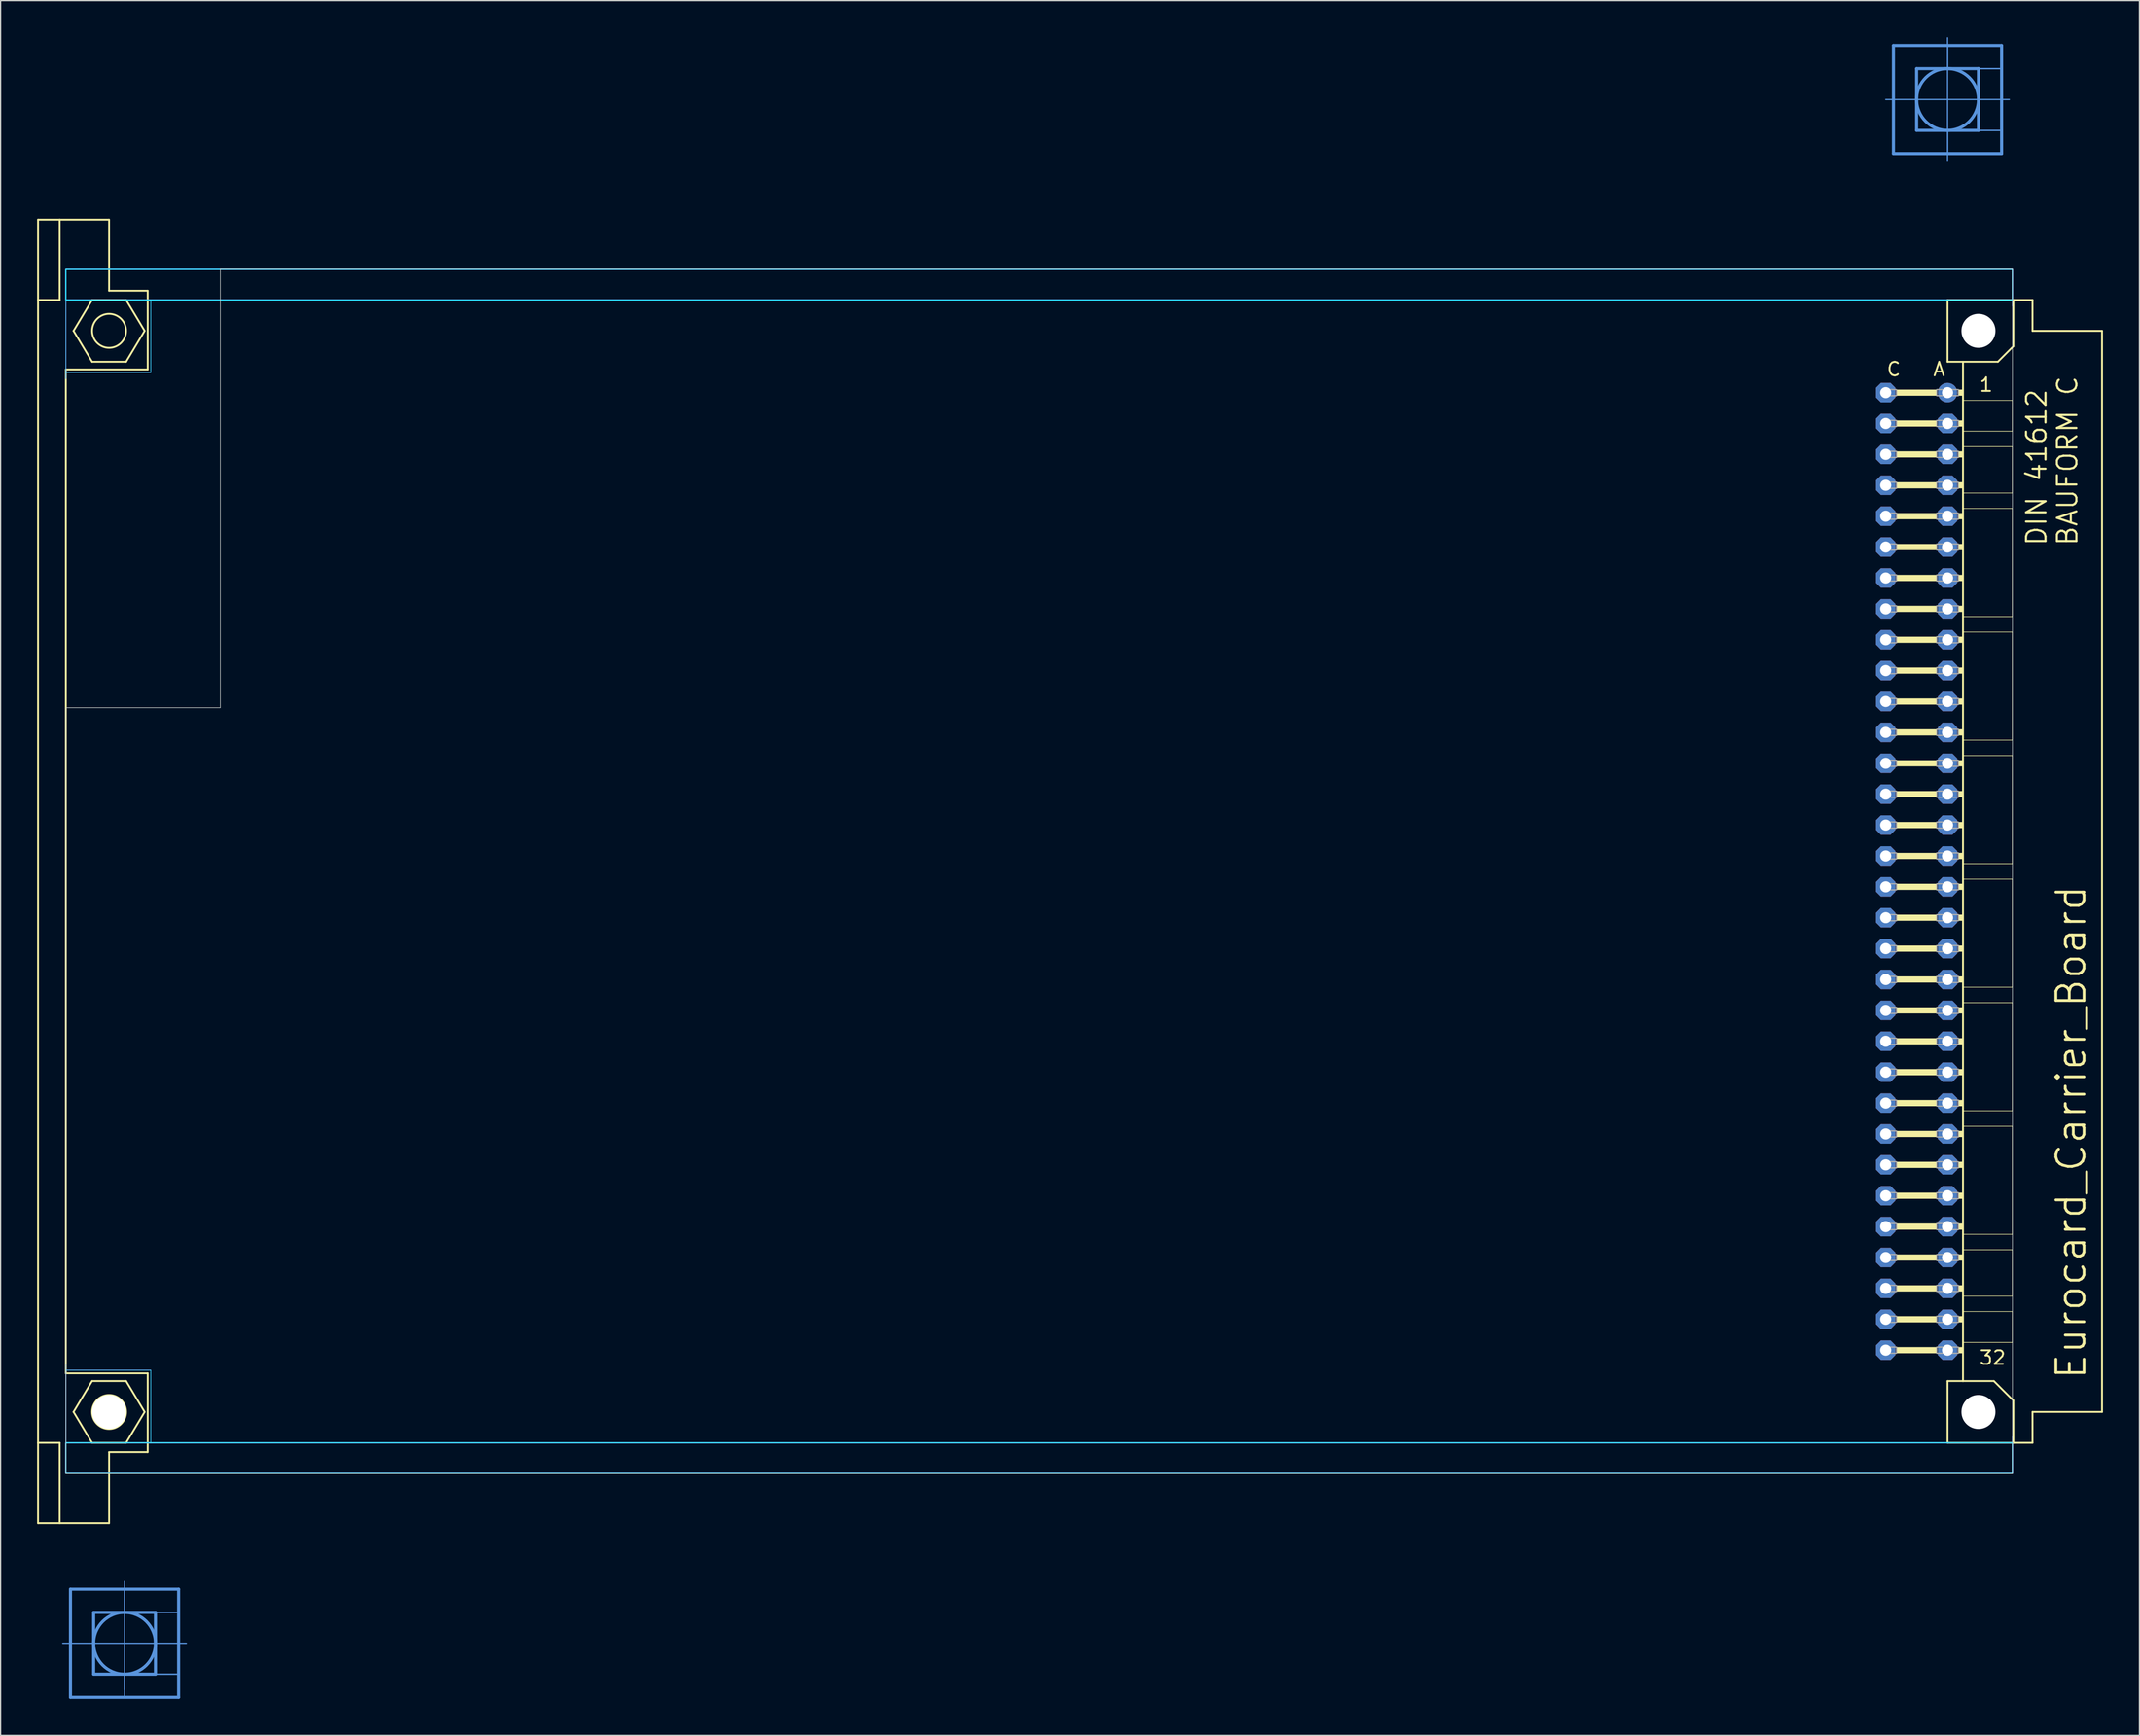
<source format=kicad_pcb>
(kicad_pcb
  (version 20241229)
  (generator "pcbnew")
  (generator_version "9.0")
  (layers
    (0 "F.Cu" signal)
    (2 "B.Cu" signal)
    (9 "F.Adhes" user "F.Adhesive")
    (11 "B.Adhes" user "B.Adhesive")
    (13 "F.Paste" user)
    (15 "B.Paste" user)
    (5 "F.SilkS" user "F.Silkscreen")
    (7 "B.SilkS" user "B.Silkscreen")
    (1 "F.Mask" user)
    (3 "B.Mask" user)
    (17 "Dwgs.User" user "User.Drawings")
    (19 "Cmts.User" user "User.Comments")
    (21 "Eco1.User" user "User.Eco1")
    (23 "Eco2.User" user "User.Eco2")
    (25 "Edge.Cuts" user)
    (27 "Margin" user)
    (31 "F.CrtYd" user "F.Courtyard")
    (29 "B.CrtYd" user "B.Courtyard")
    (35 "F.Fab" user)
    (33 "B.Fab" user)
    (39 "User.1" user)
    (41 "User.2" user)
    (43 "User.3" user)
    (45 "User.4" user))
  (footprint "Eurocard_Carrier_Board"
    (layer "F.Cu")
    (at 2.108 64.795)
    (property "Reference" "Eurocard_Carrier_Board" (at 165.1 45.72 90) (layer "F.SilkS") (effects (font (size 2.311 2.311) (thickness 0.229)) (justify left)))
    (fp_line (start 0.254 -38.583) (end 0.254 -45.72) (stroke (width 0.152) (type solid)) (layer "F.Mask"))
    (fp_line (start 0.254 45.72) (end 0.254 53.34) (stroke (width 0.152) (type solid)) (layer "F.Mask"))
    (fp_line (start 7.874 -45.72) (end 0.254 -45.72) (stroke (width 0.152) (type solid)) (layer "F.Mask"))
    (fp_line (start 7.874 53.34) (end 0.254 53.34) (stroke (width 0.152) (type solid)) (layer "F.Mask"))
    (fp_line (start 152.654 -45.72) (end 160.274 -45.72) (stroke (width 0.152) (type solid)) (layer "F.Mask"))
    (fp_line (start 152.654 53.34) (end 160.274 53.34) (stroke (width 0.152) (type solid)) (layer "F.Mask"))
    (fp_line (start 160.274 -38.1) (end 160.274 -45.72) (stroke (width 0.152) (type solid)) (layer "F.Mask"))
    (fp_line (start 160.274 45.72) (end 160.274 53.34) (stroke (width 0.152) (type solid)) (layer "F.Mask"))
    (fp_line (start 0.254 -45.72) (end 7.874 -45.72) (stroke (width 0.152) (type solid)) (layer "B.Mask"))
    (fp_line (start 0.254 -38.1) (end 0.254 -45.72) (stroke (width 0.152) (type solid)) (layer "B.Mask"))
    (fp_line (start 0.254 53.34) (end 0.254 45.72) (stroke (width 0.152) (type solid)) (layer "B.Mask"))
    (fp_line (start 7.874 53.34) (end 0.254 53.34) (stroke (width 0.152) (type solid)) (layer "B.Mask"))
    (fp_line (start 152.654 -45.72) (end 160.274 -45.72) (stroke (width 0.152) (type solid)) (layer "B.Mask"))
    (fp_line (start 160.274 -45.72) (end 160.274 -38.1) (stroke (width 0.152) (type solid)) (layer "B.Mask"))
    (fp_line (start 160.274 45.72) (end 160.274 53.34) (stroke (width 0.152) (type solid)) (layer "B.Mask"))
    (fp_line (start 160.274 53.34) (end 152.654 53.34) (stroke (width 0.152) (type solid)) (layer "B.Mask"))
    (fp_line (start -2.032 -49.784) (end -0.254 -49.784) (stroke (width 0.152) (type solid)) (layer "F.SilkS"))
    (fp_line (start -2.032 -43.18) (end -2.032 -49.784) (stroke (width 0.152) (type solid)) (layer "F.SilkS"))
    (fp_line (start -2.032 -43.18) (end -0.254 -43.18) (stroke (width 0.152) (type solid)) (layer "F.SilkS"))
    (fp_line (start -2.032 50.8) (end -2.032 -43.18) (stroke (width 0.152) (type solid)) (layer "F.SilkS"))
    (fp_line (start -2.032 50.8) (end -0.254 50.8) (stroke (width 0.152) (type solid)) (layer "F.SilkS"))
    (fp_line (start -2.032 57.404) (end -2.032 50.8) (stroke (width 0.152) (type solid)) (layer "F.SilkS"))
    (fp_line (start -2.032 57.404) (end -0.254 57.404) (stroke (width 0.152) (type solid)) (layer "F.SilkS"))
    (fp_line (start -0.254 -49.784) (end -0.254 -43.18) (stroke (width 0.152) (type solid)) (layer "F.SilkS"))
    (fp_line (start -0.254 -49.784) (end 3.81 -49.784) (stroke (width 0.152) (type solid)) (layer "F.SilkS"))
    (fp_line (start -0.254 57.404) (end -0.254 50.8) (stroke (width 0.152) (type solid)) (layer "F.SilkS"))
    (fp_line (start -0.254 57.404) (end 3.81 57.404) (stroke (width 0.152) (type solid)) (layer "F.SilkS"))
    (fp_line (start 0.254 -37.465) (end 0.254 45.085) (stroke (width 0.152) (type solid)) (layer "F.SilkS"))
    (fp_line (start 0.254 -37.465) (end 6.985 -37.465) (stroke (width 0.152) (type solid)) (layer "F.SilkS"))
    (fp_line (start 0.254 45.085) (end 6.985 45.085) (stroke (width 0.152) (type solid)) (layer "F.SilkS"))
    (fp_line (start 0.889 -40.64) (end 2.413 -43.18) (stroke (width 0.152) (type solid)) (layer "F.SilkS"))
    (fp_line (start 0.889 48.26) (end 2.413 50.8) (stroke (width 0.152) (type solid)) (layer "F.SilkS"))
    (fp_line (start 2.413 -43.18) (end 5.207 -43.18) (stroke (width 0.152) (type solid)) (layer "F.SilkS"))
    (fp_line (start 2.413 -38.1) (end 0.889 -40.64) (stroke (width 0.152) (type solid)) (layer "F.SilkS"))
    (fp_line (start 2.413 45.72) (end 0.889 48.26) (stroke (width 0.152) (type solid)) (layer "F.SilkS"))
    (fp_line (start 2.413 50.8) (end 5.207 50.8) (stroke (width 0.152) (type solid)) (layer "F.SilkS"))
    (fp_line (start 3.81 -49.784) (end 3.81 -43.942) (stroke (width 0.152) (type solid)) (layer "F.SilkS"))
    (fp_line (start 3.81 -43.942) (end 6.985 -43.942) (stroke (width 0.152) (type solid)) (layer "F.SilkS"))
    (fp_line (start 3.81 51.562) (end 6.985 51.562) (stroke (width 0.152) (type solid)) (layer "F.SilkS"))
    (fp_line (start 3.81 57.404) (end 3.81 51.562) (stroke (width 0.152) (type solid)) (layer "F.SilkS"))
    (fp_line (start 5.207 -43.18) (end 6.731 -40.64) (stroke (width 0.152) (type solid)) (layer "F.SilkS"))
    (fp_line (start 5.207 -38.1) (end 2.413 -38.1) (stroke (width 0.152) (type solid)) (layer "F.SilkS"))
    (fp_line (start 5.207 45.72) (end 2.413 45.72) (stroke (width 0.152) (type solid)) (layer "F.SilkS"))
    (fp_line (start 5.207 50.8) (end 6.731 48.26) (stroke (width 0.152) (type solid)) (layer "F.SilkS"))
    (fp_line (start 6.731 -40.64) (end 5.207 -38.1) (stroke (width 0.152) (type solid)) (layer "F.SilkS"))
    (fp_line (start 6.731 48.26) (end 5.207 45.72) (stroke (width 0.152) (type solid)) (layer "F.SilkS"))
    (fp_line (start 6.985 -43.942) (end 6.985 -37.465) (stroke (width 0.152) (type solid)) (layer "F.SilkS"))
    (fp_line (start 6.985 51.562) (end 6.985 45.085) (stroke (width 0.152) (type solid)) (layer "F.SilkS"))
    (fp_line (start 154.94 -43.18) (end 154.94 -38.1) (stroke (width 0.152) (type solid)) (layer "F.SilkS"))
    (fp_line (start 154.94 -38.1) (end 156.21 -38.1) (stroke (width 0.152) (type solid)) (layer "F.SilkS"))
    (fp_line (start 154.94 45.72) (end 154.94 50.8) (stroke (width 0.152) (type solid)) (layer "F.SilkS"))
    (fp_line (start 154.94 45.72) (end 156.21 45.72) (stroke (width 0.152) (type solid)) (layer "F.SilkS"))
    (fp_line (start 154.94 50.8) (end 160.35 50.8) (stroke (width 0.152) (type solid)) (layer "F.SilkS"))
    (fp_line (start 156.21 -38.1) (end 156.21 -34.925) (stroke (width 0.152) (type solid)) (layer "F.SilkS"))
    (fp_line (start 156.21 -38.1) (end 159.08 -38.1) (stroke (width 0.152) (type solid)) (layer "F.SilkS"))
    (fp_line (start 156.21 -34.925) (end 156.21 -32.385) (stroke (width 0.152) (type solid)) (layer "F.SilkS"))
    (fp_line (start 156.21 -32.385) (end 156.21 -31.115) (stroke (width 0.152) (type solid)) (layer "F.SilkS"))
    (fp_line (start 156.21 -31.115) (end 156.21 -27.305) (stroke (width 0.152) (type solid)) (layer "F.SilkS"))
    (fp_line (start 156.21 -27.305) (end 156.21 -26.035) (stroke (width 0.152) (type solid)) (layer "F.SilkS"))
    (fp_line (start 156.21 -26.035) (end 156.21 -17.145) (stroke (width 0.152) (type solid)) (layer "F.SilkS"))
    (fp_line (start 156.21 -17.145) (end 156.21 -15.875) (stroke (width 0.152) (type solid)) (layer "F.SilkS"))
    (fp_line (start 156.21 -15.875) (end 156.21 -6.985) (stroke (width 0.152) (type solid)) (layer "F.SilkS"))
    (fp_line (start 156.21 -6.985) (end 156.21 -5.715) (stroke (width 0.152) (type solid)) (layer "F.SilkS"))
    (fp_line (start 156.21 -5.715) (end 156.21 3.175) (stroke (width 0.152) (type solid)) (layer "F.SilkS"))
    (fp_line (start 156.21 3.175) (end 156.21 4.445) (stroke (width 0.152) (type solid)) (layer "F.SilkS"))
    (fp_line (start 156.21 4.445) (end 156.21 13.335) (stroke (width 0.152) (type solid)) (layer "F.SilkS"))
    (fp_line (start 156.21 13.335) (end 156.21 14.605) (stroke (width 0.152) (type solid)) (layer "F.SilkS"))
    (fp_line (start 156.21 14.605) (end 156.21 23.495) (stroke (width 0.152) (type solid)) (layer "F.SilkS"))
    (fp_line (start 156.21 23.495) (end 156.21 24.765) (stroke (width 0.152) (type solid)) (layer "F.SilkS"))
    (fp_line (start 156.21 24.765) (end 156.21 33.655) (stroke (width 0.152) (type solid)) (layer "F.SilkS"))
    (fp_line (start 156.21 33.655) (end 156.21 34.925) (stroke (width 0.152) (type solid)) (layer "F.SilkS"))
    (fp_line (start 156.21 34.925) (end 156.21 38.735) (stroke (width 0.152) (type solid)) (layer "F.SilkS"))
    (fp_line (start 156.21 38.735) (end 156.21 40.005) (stroke (width 0.152) (type solid)) (layer "F.SilkS"))
    (fp_line (start 156.21 40.005) (end 156.21 42.545) (stroke (width 0.152) (type solid)) (layer "F.SilkS"))
    (fp_line (start 156.21 42.545) (end 156.21 45.72) (stroke (width 0.152) (type solid)) (layer "F.SilkS"))
    (fp_line (start 156.21 45.72) (end 158.75 45.72) (stroke (width 0.152) (type solid)) (layer "F.SilkS"))
    (fp_line (start 159.08 -38.1) (end 160.35 -39.37) (stroke (width 0.152) (type solid)) (layer "F.SilkS"))
    (fp_line (start 160.274 -34.925) (end 156.21 -34.925) (stroke (width 0.051) (type solid)) (layer "F.SilkS"))
    (fp_line (start 160.274 -34.925) (end 160.274 -32.385) (stroke (width 0.051) (type solid)) (layer "F.SilkS"))
    (fp_line (start 160.274 -32.385) (end 156.21 -32.385) (stroke (width 0.051) (type solid)) (layer "F.SilkS"))
    (fp_line (start 160.274 -31.115) (end 156.21 -31.115) (stroke (width 0.051) (type solid)) (layer "F.SilkS"))
    (fp_line (start 160.274 -31.115) (end 160.274 -27.305) (stroke (width 0.051) (type solid)) (layer "F.SilkS"))
    (fp_line (start 160.274 -27.305) (end 156.21 -27.305) (stroke (width 0.051) (type solid)) (layer "F.SilkS"))
    (fp_line (start 160.274 -26.035) (end 156.21 -26.035) (stroke (width 0.051) (type solid)) (layer "F.SilkS"))
    (fp_line (start 160.274 -26.035) (end 160.274 -17.145) (stroke (width 0.051) (type solid)) (layer "F.SilkS"))
    (fp_line (start 160.274 -17.145) (end 156.21 -17.145) (stroke (width 0.051) (type solid)) (layer "F.SilkS"))
    (fp_line (start 160.274 -15.875) (end 156.21 -15.875) (stroke (width 0.051) (type solid)) (layer "F.SilkS"))
    (fp_line (start 160.274 -15.875) (end 160.274 -6.985) (stroke (width 0.051) (type solid)) (layer "F.SilkS"))
    (fp_line (start 160.274 -6.985) (end 156.21 -6.985) (stroke (width 0.051) (type solid)) (layer "F.SilkS"))
    (fp_line (start 160.274 -5.715) (end 156.21 -5.715) (stroke (width 0.051) (type solid)) (layer "F.SilkS"))
    (fp_line (start 160.274 -5.715) (end 160.274 3.175) (stroke (width 0.051) (type solid)) (layer "F.SilkS"))
    (fp_line (start 160.274 3.175) (end 156.21 3.175) (stroke (width 0.051) (type solid)) (layer "F.SilkS"))
    (fp_line (start 160.274 4.445) (end 156.21 4.445) (stroke (width 0.051) (type solid)) (layer "F.SilkS"))
    (fp_line (start 160.274 4.445) (end 160.274 13.335) (stroke (width 0.051) (type solid)) (layer "F.SilkS"))
    (fp_line (start 160.274 13.335) (end 156.21 13.335) (stroke (width 0.051) (type solid)) (layer "F.SilkS"))
    (fp_line (start 160.274 14.605) (end 156.21 14.605) (stroke (width 0.051) (type solid)) (layer "F.SilkS"))
    (fp_line (start 160.274 14.605) (end 160.274 23.495) (stroke (width 0.051) (type solid)) (layer "F.SilkS"))
    (fp_line (start 160.274 23.495) (end 156.21 23.495) (stroke (width 0.051) (type solid)) (layer "F.SilkS"))
    (fp_line (start 160.274 24.765) (end 156.21 24.765) (stroke (width 0.051) (type solid)) (layer "F.SilkS"))
    (fp_line (start 160.274 24.765) (end 160.274 33.655) (stroke (width 0.051) (type solid)) (layer "F.SilkS"))
    (fp_line (start 160.274 33.655) (end 156.21 33.655) (stroke (width 0.051) (type solid)) (layer "F.SilkS"))
    (fp_line (start 160.274 34.925) (end 156.21 34.925) (stroke (width 0.051) (type solid)) (layer "F.SilkS"))
    (fp_line (start 160.274 34.925) (end 160.274 38.735) (stroke (width 0.051) (type solid)) (layer "F.SilkS"))
    (fp_line (start 160.274 38.735) (end 156.21 38.735) (stroke (width 0.051) (type solid)) (layer "F.SilkS"))
    (fp_line (start 160.274 40.005) (end 156.21 40.005) (stroke (width 0.051) (type solid)) (layer "F.SilkS"))
    (fp_line (start 160.274 40.005) (end 160.274 42.545) (stroke (width 0.051) (type solid)) (layer "F.SilkS"))
    (fp_line (start 160.274 42.545) (end 156.21 42.545) (stroke (width 0.051) (type solid)) (layer "F.SilkS"))
    (fp_line (start 160.35 -43.18) (end 154.94 -43.18) (stroke (width 0.152) (type solid)) (layer "F.SilkS"))
    (fp_line (start 160.35 -39.37) (end 160.35 -43.18) (stroke (width 0.152) (type solid)) (layer "F.SilkS"))
    (fp_line (start 160.35 47.32) (end 158.75 45.72) (stroke (width 0.152) (type solid)) (layer "F.SilkS"))
    (fp_line (start 160.35 47.32) (end 160.35 50.8) (stroke (width 0.152) (type solid)) (layer "F.SilkS"))
    (fp_line (start 160.35 50.8) (end 161.925 50.8) (stroke (width 0.152) (type solid)) (layer "F.SilkS"))
    (fp_line (start 161.925 -43.18) (end 160.35 -43.18) (stroke (width 0.152) (type solid)) (layer "F.SilkS"))
    (fp_line (start 161.925 -40.64) (end 161.925 -43.18) (stroke (width 0.152) (type solid)) (layer "F.SilkS"))
    (fp_line (start 161.925 48.26) (end 167.64 48.26) (stroke (width 0.152) (type solid)) (layer "F.SilkS"))
    (fp_line (start 161.925 50.8) (end 161.925 48.26) (stroke (width 0.152) (type solid)) (layer "F.SilkS"))
    (fp_line (start 167.64 -40.64) (end 161.925 -40.64) (stroke (width 0.152) (type solid)) (layer "F.SilkS"))
    (fp_line (start 167.64 48.26) (end 167.64 -40.64) (stroke (width 0.152) (type solid)) (layer "F.SilkS"))
    (fp_circle (center 3.81 -40.64) (end 5.207 -40.64) (stroke (width 0.152) (type solid)) (fill no) (layer "F.SilkS"))
    (fp_circle (center 3.81 48.26) (end 5.207 48.26) (stroke (width 0.152) (type solid)) (fill no) (layer "F.SilkS"))
    (fp_circle (center 157.48 -40.64) (end 158.75 -40.64) (stroke (width 0.152) (type solid)) (fill no) (layer "F.SilkS"))
    (fp_circle (center 157.48 48.26) (end 158.75 48.26) (stroke (width 0.152) (type solid)) (fill no) (layer "F.SilkS"))
    (fp_poly (pts (xy 150.749 -35.306) (xy 154.051 -35.306) (xy 154.051 -35.814) (xy 150.749 -35.814)) (stroke (width 0) (type solid)) (fill yes) (layer "F.SilkS"))
    (fp_poly (pts (xy 150.749 -32.766) (xy 154.051 -32.766) (xy 154.051 -33.274) (xy 150.749 -33.274)) (stroke (width 0) (type solid)) (fill yes) (layer "F.SilkS"))
    (fp_poly (pts (xy 150.749 -30.226) (xy 154.051 -30.226) (xy 154.051 -30.734) (xy 150.749 -30.734)) (stroke (width 0) (type solid)) (fill yes) (layer "F.SilkS"))
    (fp_poly (pts (xy 150.749 -27.686) (xy 154.051 -27.686) (xy 154.051 -28.194) (xy 150.749 -28.194)) (stroke (width 0) (type solid)) (fill yes) (layer "F.SilkS"))
    (fp_poly (pts (xy 150.749 -25.146) (xy 154.051 -25.146) (xy 154.051 -25.654) (xy 150.749 -25.654)) (stroke (width 0) (type solid)) (fill yes) (layer "F.SilkS"))
    (fp_poly (pts (xy 150.749 -22.606) (xy 154.051 -22.606) (xy 154.051 -23.114) (xy 150.749 -23.114)) (stroke (width 0) (type solid)) (fill yes) (layer "F.SilkS"))
    (fp_poly (pts (xy 150.749 -20.066) (xy 154.051 -20.066) (xy 154.051 -20.574) (xy 150.749 -20.574)) (stroke (width 0) (type solid)) (fill yes) (layer "F.SilkS"))
    (fp_poly (pts (xy 150.749 -17.526) (xy 154.051 -17.526) (xy 154.051 -18.034) (xy 150.749 -18.034)) (stroke (width 0) (type solid)) (fill yes) (layer "F.SilkS"))
    (fp_poly (pts (xy 150.749 -14.986) (xy 154.051 -14.986) (xy 154.051 -15.494) (xy 150.749 -15.494)) (stroke (width 0) (type solid)) (fill yes) (layer "F.SilkS"))
    (fp_poly (pts (xy 150.749 -12.446) (xy 154.051 -12.446) (xy 154.051 -12.954) (xy 150.749 -12.954)) (stroke (width 0) (type solid)) (fill yes) (layer "F.SilkS"))
    (fp_poly (pts (xy 150.749 -9.906) (xy 154.051 -9.906) (xy 154.051 -10.414) (xy 150.749 -10.414)) (stroke (width 0) (type solid)) (fill yes) (layer "F.SilkS"))
    (fp_poly (pts (xy 150.749 -7.366) (xy 154.051 -7.366) (xy 154.051 -7.874) (xy 150.749 -7.874)) (stroke (width 0) (type solid)) (fill yes) (layer "F.SilkS"))
    (fp_poly (pts (xy 150.749 -4.826) (xy 154.051 -4.826) (xy 154.051 -5.334) (xy 150.749 -5.334)) (stroke (width 0) (type solid)) (fill yes) (layer "F.SilkS"))
    (fp_poly (pts (xy 150.749 -2.286) (xy 154.051 -2.286) (xy 154.051 -2.794) (xy 150.749 -2.794)) (stroke (width 0) (type solid)) (fill yes) (layer "F.SilkS"))
    (fp_poly (pts (xy 150.749 0.254) (xy 154.051 0.254) (xy 154.051 -0.254) (xy 150.749 -0.254)) (stroke (width 0) (type solid)) (fill yes) (layer "F.SilkS"))
    (fp_poly (pts (xy 150.749 2.794) (xy 154.051 2.794) (xy 154.051 2.286) (xy 150.749 2.286)) (stroke (width 0) (type solid)) (fill yes) (layer "F.SilkS"))
    (fp_poly (pts (xy 150.749 5.334) (xy 154.051 5.334) (xy 154.051 4.826) (xy 150.749 4.826)) (stroke (width 0) (type solid)) (fill yes) (layer "F.SilkS"))
    (fp_poly (pts (xy 150.749 7.874) (xy 154.051 7.874) (xy 154.051 7.366) (xy 150.749 7.366)) (stroke (width 0) (type solid)) (fill yes) (layer "F.SilkS"))
    (fp_poly (pts (xy 150.749 10.414) (xy 154.051 10.414) (xy 154.051 9.906) (xy 150.749 9.906)) (stroke (width 0) (type solid)) (fill yes) (layer "F.SilkS"))
    (fp_poly (pts (xy 150.749 12.954) (xy 154.051 12.954) (xy 154.051 12.446) (xy 150.749 12.446)) (stroke (width 0) (type solid)) (fill yes) (layer "F.SilkS"))
    (fp_poly (pts (xy 150.749 15.494) (xy 154.051 15.494) (xy 154.051 14.986) (xy 150.749 14.986)) (stroke (width 0) (type solid)) (fill yes) (layer "F.SilkS"))
    (fp_poly (pts (xy 150.749 18.034) (xy 154.051 18.034) (xy 154.051 17.526) (xy 150.749 17.526)) (stroke (width 0) (type solid)) (fill yes) (layer "F.SilkS"))
    (fp_poly (pts (xy 150.749 20.574) (xy 154.051 20.574) (xy 154.051 20.066) (xy 150.749 20.066)) (stroke (width 0) (type solid)) (fill yes) (layer "F.SilkS"))
    (fp_poly (pts (xy 150.749 23.114) (xy 154.051 23.114) (xy 154.051 22.606) (xy 150.749 22.606)) (stroke (width 0) (type solid)) (fill yes) (layer "F.SilkS"))
    (fp_poly (pts (xy 150.749 25.654) (xy 154.051 25.654) (xy 154.051 25.146) (xy 150.749 25.146)) (stroke (width 0) (type solid)) (fill yes) (layer "F.SilkS"))
    (fp_poly (pts (xy 150.749 28.194) (xy 154.051 28.194) (xy 154.051 27.686) (xy 150.749 27.686)) (stroke (width 0) (type solid)) (fill yes) (layer "F.SilkS"))
    (fp_poly (pts (xy 150.749 30.734) (xy 154.051 30.734) (xy 154.051 30.226) (xy 150.749 30.226)) (stroke (width 0) (type solid)) (fill yes) (layer "F.SilkS"))
    (fp_poly (pts (xy 150.749 33.274) (xy 154.051 33.274) (xy 154.051 32.766) (xy 150.749 32.766)) (stroke (width 0) (type solid)) (fill yes) (layer "F.SilkS"))
    (fp_poly (pts (xy 150.749 35.814) (xy 154.051 35.814) (xy 154.051 35.306) (xy 150.749 35.306)) (stroke (width 0) (type solid)) (fill yes) (layer "F.SilkS"))
    (fp_poly (pts (xy 150.749 38.354) (xy 154.051 38.354) (xy 154.051 37.846) (xy 150.749 37.846)) (stroke (width 0) (type solid)) (fill yes) (layer "F.SilkS"))
    (fp_poly (pts (xy 150.749 40.894) (xy 154.051 40.894) (xy 154.051 40.386) (xy 150.749 40.386)) (stroke (width 0) (type solid)) (fill yes) (layer "F.SilkS"))
    (fp_poly (pts (xy 150.749 43.434) (xy 154.051 43.434) (xy 154.051 42.926) (xy 150.749 42.926)) (stroke (width 0) (type solid)) (fill yes) (layer "F.SilkS"))
    (fp_poly (pts (xy 155.829 -35.306) (xy 156.21 -35.306) (xy 156.21 -35.814) (xy 155.829 -35.814)) (stroke (width 0) (type solid)) (fill yes) (layer "F.SilkS"))
    (fp_poly (pts (xy 155.829 -32.766) (xy 156.21 -32.766) (xy 156.21 -33.274) (xy 155.829 -33.274)) (stroke (width 0) (type solid)) (fill yes) (layer "F.SilkS"))
    (fp_poly (pts (xy 155.829 -30.226) (xy 156.21 -30.226) (xy 156.21 -30.734) (xy 155.829 -30.734)) (stroke (width 0) (type solid)) (fill yes) (layer "F.SilkS"))
    (fp_poly (pts (xy 155.829 -27.686) (xy 156.21 -27.686) (xy 156.21 -28.194) (xy 155.829 -28.194)) (stroke (width 0) (type solid)) (fill yes) (layer "F.SilkS"))
    (fp_poly (pts (xy 155.829 -25.146) (xy 156.21 -25.146) (xy 156.21 -25.654) (xy 155.829 -25.654)) (stroke (width 0) (type solid)) (fill yes) (layer "F.SilkS"))
    (fp_poly (pts (xy 155.829 -22.606) (xy 156.21 -22.606) (xy 156.21 -23.114) (xy 155.829 -23.114)) (stroke (width 0) (type solid)) (fill yes) (layer "F.SilkS"))
    (fp_poly (pts (xy 155.829 -20.066) (xy 156.21 -20.066) (xy 156.21 -20.574) (xy 155.829 -20.574)) (stroke (width 0) (type solid)) (fill yes) (layer "F.SilkS"))
    (fp_poly (pts (xy 155.829 -17.526) (xy 156.21 -17.526) (xy 156.21 -18.034) (xy 155.829 -18.034)) (stroke (width 0) (type solid)) (fill yes) (layer "F.SilkS"))
    (fp_poly (pts (xy 155.829 -14.986) (xy 156.21 -14.986) (xy 156.21 -15.494) (xy 155.829 -15.494)) (stroke (width 0) (type solid)) (fill yes) (layer "F.SilkS"))
    (fp_poly (pts (xy 155.829 -12.446) (xy 156.21 -12.446) (xy 156.21 -12.954) (xy 155.829 -12.954)) (stroke (width 0) (type solid)) (fill yes) (layer "F.SilkS"))
    (fp_poly (pts (xy 155.829 -9.906) (xy 156.21 -9.906) (xy 156.21 -10.414) (xy 155.829 -10.414)) (stroke (width 0) (type solid)) (fill yes) (layer "F.SilkS"))
    (fp_poly (pts (xy 155.829 -7.366) (xy 156.21 -7.366) (xy 156.21 -7.874) (xy 155.829 -7.874)) (stroke (width 0) (type solid)) (fill yes) (layer "F.SilkS"))
    (fp_poly (pts (xy 155.829 -4.826) (xy 156.21 -4.826) (xy 156.21 -5.334) (xy 155.829 -5.334)) (stroke (width 0) (type solid)) (fill yes) (layer "F.SilkS"))
    (fp_poly (pts (xy 155.829 -2.286) (xy 156.21 -2.286) (xy 156.21 -2.794) (xy 155.829 -2.794)) (stroke (width 0) (type solid)) (fill yes) (layer "F.SilkS"))
    (fp_poly (pts (xy 155.829 0.254) (xy 156.21 0.254) (xy 156.21 -0.254) (xy 155.829 -0.254)) (stroke (width 0) (type solid)) (fill yes) (layer "F.SilkS"))
    (fp_poly (pts (xy 155.829 2.794) (xy 156.21 2.794) (xy 156.21 2.286) (xy 155.829 2.286)) (stroke (width 0) (type solid)) (fill yes) (layer "F.SilkS"))
    (fp_poly (pts (xy 155.829 5.334) (xy 156.21 5.334) (xy 156.21 4.826) (xy 155.829 4.826)) (stroke (width 0) (type solid)) (fill yes) (layer "F.SilkS"))
    (fp_poly (pts (xy 155.829 7.874) (xy 156.21 7.874) (xy 156.21 7.366) (xy 155.829 7.366)) (stroke (width 0) (type solid)) (fill yes) (layer "F.SilkS"))
    (fp_poly (pts (xy 155.829 10.414) (xy 156.21 10.414) (xy 156.21 9.906) (xy 155.829 9.906)) (stroke (width 0) (type solid)) (fill yes) (layer "F.SilkS"))
    (fp_poly (pts (xy 155.829 12.954) (xy 156.21 12.954) (xy 156.21 12.446) (xy 155.829 12.446)) (stroke (width 0) (type solid)) (fill yes) (layer "F.SilkS"))
    (fp_poly (pts (xy 155.829 15.494) (xy 156.21 15.494) (xy 156.21 14.986) (xy 155.829 14.986)) (stroke (width 0) (type solid)) (fill yes) (layer "F.SilkS"))
    (fp_poly (pts (xy 155.829 18.034) (xy 156.21 18.034) (xy 156.21 17.526) (xy 155.829 17.526)) (stroke (width 0) (type solid)) (fill yes) (layer "F.SilkS"))
    (fp_poly (pts (xy 155.829 20.574) (xy 156.21 20.574) (xy 156.21 20.066) (xy 155.829 20.066)) (stroke (width 0) (type solid)) (fill yes) (layer "F.SilkS"))
    (fp_poly (pts (xy 155.829 23.114) (xy 156.21 23.114) (xy 156.21 22.606) (xy 155.829 22.606)) (stroke (width 0) (type solid)) (fill yes) (layer "F.SilkS"))
    (fp_poly (pts (xy 155.829 25.654) (xy 156.21 25.654) (xy 156.21 25.146) (xy 155.829 25.146)) (stroke (width 0) (type solid)) (fill yes) (layer "F.SilkS"))
    (fp_poly (pts (xy 155.829 28.194) (xy 156.21 28.194) (xy 156.21 27.686) (xy 155.829 27.686)) (stroke (width 0) (type solid)) (fill yes) (layer "F.SilkS"))
    (fp_poly (pts (xy 155.829 30.734) (xy 156.21 30.734) (xy 156.21 30.226) (xy 155.829 30.226)) (stroke (width 0) (type solid)) (fill yes) (layer "F.SilkS"))
    (fp_poly (pts (xy 155.829 33.274) (xy 156.21 33.274) (xy 156.21 32.766) (xy 155.829 32.766)) (stroke (width 0) (type solid)) (fill yes) (layer "F.SilkS"))
    (fp_poly (pts (xy 155.829 35.814) (xy 156.21 35.814) (xy 156.21 35.306) (xy 155.829 35.306)) (stroke (width 0) (type solid)) (fill yes) (layer "F.SilkS"))
    (fp_poly (pts (xy 155.829 38.354) (xy 156.21 38.354) (xy 156.21 37.846) (xy 155.829 37.846)) (stroke (width 0) (type solid)) (fill yes) (layer "F.SilkS"))
    (fp_poly (pts (xy 155.829 40.894) (xy 156.21 40.894) (xy 156.21 40.386) (xy 155.829 40.386)) (stroke (width 0) (type solid)) (fill yes) (layer "F.SilkS"))
    (fp_poly (pts (xy 155.829 43.434) (xy 156.21 43.434) (xy 156.21 42.926) (xy 155.829 42.926)) (stroke (width 0) (type solid)) (fill yes) (layer "F.SilkS"))
    (fp_line (start 0 67.285) (end 0.635 67.285) (stroke (width 0.102) (type solid)) (layer "Cmts.User"))
    (fp_line (start 0.635 62.84) (end 9.525 62.84) (stroke (width 0.254) (type solid)) (layer "Cmts.User"))
    (fp_line (start 0.635 67.285) (end 0.635 62.84) (stroke (width 0.254) (type solid)) (layer "Cmts.User"))
    (fp_line (start 0.635 67.285) (end 10.16 67.285) (stroke (width 0.102) (type solid)) (layer "Cmts.User"))
    (fp_line (start 0.635 71.73) (end 0.635 67.285) (stroke (width 0.254) (type solid)) (layer "Cmts.User"))
    (fp_line (start 2.54 64.745) (end 2.54 69.825) (stroke (width 0.254) (type solid)) (layer "Cmts.User"))
    (fp_line (start 2.54 69.825) (end 7.62 69.825) (stroke (width 0.254) (type solid)) (layer "Cmts.User"))
    (fp_line (start 5.08 71.095) (end 5.08 62.205) (stroke (width 0.102) (type solid)) (layer "Cmts.User"))
    (fp_line (start 7.62 64.745) (end 2.54 64.745) (stroke (width 0.254) (type solid)) (layer "Cmts.User"))
    (fp_line (start 7.62 69.825) (end 7.62 64.745) (stroke (width 0.254) (type solid)) (layer "Cmts.User"))
    (fp_line (start 9.525 62.84) (end 9.525 71.73) (stroke (width 0.254) (type solid)) (layer "Cmts.User"))
    (fp_line (start 9.525 71.73) (end 0.635 71.73) (stroke (width 0.254) (type solid)) (layer "Cmts.User"))
    (fp_line (start 149.86 -59.665) (end 150.495 -59.665) (stroke (width 0.102) (type solid)) (layer "Cmts.User"))
    (fp_line (start 150.495 -64.11) (end 159.385 -64.11) (stroke (width 0.254) (type solid)) (layer "Cmts.User"))
    (fp_line (start 150.495 -59.665) (end 150.495 -64.11) (stroke (width 0.254) (type solid)) (layer "Cmts.User"))
    (fp_line (start 150.495 -59.665) (end 160.02 -59.665) (stroke (width 0.102) (type solid)) (layer "Cmts.User"))
    (fp_line (start 150.495 -55.22) (end 150.495 -59.665) (stroke (width 0.254) (type solid)) (layer "Cmts.User"))
    (fp_line (start 152.4 -62.205) (end 152.4 -57.125) (stroke (width 0.254) (type solid)) (layer "Cmts.User"))
    (fp_line (start 152.4 -57.125) (end 157.48 -57.125) (stroke (width 0.254) (type solid)) (layer "Cmts.User"))
    (fp_line (start 154.94 -54.585) (end 154.94 -64.745) (stroke (width 0.102) (type solid)) (layer "Cmts.User"))
    (fp_line (start 157.48 -62.205) (end 152.4 -62.205) (stroke (width 0.254) (type solid)) (layer "Cmts.User"))
    (fp_line (start 157.48 -57.125) (end 157.48 -62.205) (stroke (width 0.254) (type solid)) (layer "Cmts.User"))
    (fp_line (start 159.385 -64.11) (end 159.385 -55.22) (stroke (width 0.254) (type solid)) (layer "Cmts.User"))
    (fp_line (start 159.385 -55.22) (end 150.495 -55.22) (stroke (width 0.254) (type solid)) (layer "Cmts.User"))
    (fp_circle (center 5.08 67.285) (end 7.62 67.285) (stroke (width 0.254) (type solid)) (fill no) (layer "Cmts.User"))
    (fp_circle (center 154.94 -59.665) (end 157.48 -59.665) (stroke (width 0.254) (type solid)) (fill no) (layer "Cmts.User"))
    (fp_poly (pts (xy 5.08 64.745) (xy 9.525 64.745) (xy 9.525 62.84) (xy 5.08 62.84)) (stroke (width 0.1) (type solid)) (fill no) (layer "Cmts.User"))
    (fp_poly (pts (xy 5.08 71.73) (xy 9.525 71.73) (xy 9.525 69.825) (xy 5.08 69.825)) (stroke (width 0.1) (type solid)) (fill no) (layer "Cmts.User"))
    (fp_poly (pts (xy 7.62 69.825) (xy 9.525 69.825) (xy 9.525 64.745) (xy 7.62 64.745)) (stroke (width 0.1) (type solid)) (fill no) (layer "Cmts.User"))
    (fp_poly (pts (xy 154.94 -62.205) (xy 159.385 -62.205) (xy 159.385 -64.11) (xy 154.94 -64.11)) (stroke (width 0.1) (type solid)) (fill no) (layer "Cmts.User"))
    (fp_poly (pts (xy 154.94 -55.22) (xy 159.385 -55.22) (xy 159.385 -57.125) (xy 154.94 -57.125)) (stroke (width 0.1) (type solid)) (fill no) (layer "Cmts.User"))
    (fp_poly (pts (xy 157.48 -57.125) (xy 159.385 -57.125) (xy 159.385 -62.205) (xy 157.48 -62.205)) (stroke (width 0.1) (type solid)) (fill no) (layer "Cmts.User"))
    (fp_line (start 0.254 -9.652) (end 0.254 53.34) (stroke (width 0.05) (type solid)) (layer "Edge.Cuts"))
    (fp_line (start 0.254 -9.652) (end 12.954 -9.652) (stroke (width 0.05) (type solid)) (layer "Edge.Cuts"))
    (fp_line (start 0.254 53.34) (end 160.274 53.34) (stroke (width 0.05) (type solid)) (layer "Edge.Cuts"))
    (fp_line (start 12.954 -9.652) (end 12.954 -45.72) (stroke (width 0.05) (type solid)) (layer "Edge.Cuts"))
    (fp_line (start 160.274 -45.72) (end 12.954 -45.72) (stroke (width 0.05) (type solid)) (layer "Edge.Cuts"))
    (fp_line (start 160.274 53.34) (end 160.274 -45.72) (stroke (width 0.05) (type solid)) (layer "Edge.Cuts"))
    (fp_line (start 0.254 -37.211) (end 7.239 -37.211) (stroke (width 0.051) (type solid)) (layer "B.CrtYd"))
    (fp_line (start 0.254 -36.703) (end 0.254 -45.695) (stroke (width 0.051) (type solid)) (layer "B.CrtYd"))
    (fp_line (start 0.254 44.348) (end 0.254 53.34) (stroke (width 0.051) (type solid)) (layer "B.CrtYd"))
    (fp_line (start 0.254 44.831) (end 7.239 44.831) (stroke (width 0.051) (type solid)) (layer "B.CrtYd"))
    (fp_line (start 7.239 -43.18) (end 7.239 -37.211) (stroke (width 0.051) (type solid)) (layer "B.CrtYd"))
    (fp_line (start 7.239 50.8) (end 7.239 44.831) (stroke (width 0.051) (type solid)) (layer "B.CrtYd"))
    (fp_line (start 160.274 -45.695) (end 160.274 -42.672) (stroke (width 0.051) (type solid)) (layer "B.CrtYd"))
    (fp_line (start 160.274 53.315) (end 160.274 50.292) (stroke (width 0.051) (type solid)) (layer "B.CrtYd"))
    (fp_poly (pts (xy 0.254 -43.18) (xy 160.274 -43.18) (xy 160.274 -45.695) (xy 0.254 -45.695)) (stroke (width 0.1) (type solid)) (fill no) (layer "B.CrtYd"))
    (fp_poly (pts (xy 0.254 53.315) (xy 160.274 53.315) (xy 160.274 50.8) (xy 0.254 50.8)) (stroke (width 0.1) (type solid)) (fill no) (layer "B.CrtYd"))
    (fp_line (start 0.254 -37.211) (end 7.239 -37.211) (stroke (width 0.051) (type solid)) (layer "F.CrtYd"))
    (fp_line (start 0.254 -36.703) (end 0.254 -45.695) (stroke (width 0.051) (type solid)) (layer "F.CrtYd"))
    (fp_line (start 0.254 44.348) (end 0.254 53.34) (stroke (width 0.051) (type solid)) (layer "F.CrtYd"))
    (fp_line (start 0.254 44.831) (end 7.239 44.831) (stroke (width 0.051) (type solid)) (layer "F.CrtYd"))
    (fp_line (start 7.239 -43.18) (end 7.239 -37.211) (stroke (width 0.051) (type solid)) (layer "F.CrtYd"))
    (fp_line (start 7.239 50.8) (end 7.239 44.831) (stroke (width 0.051) (type solid)) (layer "F.CrtYd"))
    (fp_line (start 160.274 -45.695) (end 160.274 -42.672) (stroke (width 0.051) (type solid)) (layer "F.CrtYd"))
    (fp_line (start 160.274 53.315) (end 160.274 50.292) (stroke (width 0.051) (type solid)) (layer "F.CrtYd"))
    (fp_poly (pts (xy 0.254 -43.18) (xy 160.274 -43.18) (xy 160.274 -45.695) (xy 0.254 -45.695)) (stroke (width 0.1) (type solid)) (fill no) (layer "F.CrtYd"))
    (fp_poly (pts (xy 0.254 53.315) (xy 160.274 53.315) (xy 160.274 50.8) (xy 0.254 50.8)) (stroke (width 0.1) (type solid)) (fill no) (layer "F.CrtYd"))
    (fp_poly (pts (xy 149.606 -35.306) (xy 150.749 -35.306) (xy 150.749 -35.814) (xy 149.606 -35.814)) (stroke (width 0.1) (type solid)) (fill no) (layer "F.Fab"))
    (fp_poly (pts (xy 149.606 -32.766) (xy 150.749 -32.766) (xy 150.749 -33.274) (xy 149.606 -33.274)) (stroke (width 0.1) (type solid)) (fill no) (layer "F.Fab"))
    (fp_poly (pts (xy 149.606 -30.226) (xy 150.749 -30.226) (xy 150.749 -30.734) (xy 149.606 -30.734)) (stroke (width 0.1) (type solid)) (fill no) (layer "F.Fab"))
    (fp_poly (pts (xy 149.606 -27.686) (xy 150.749 -27.686) (xy 150.749 -28.194) (xy 149.606 -28.194)) (stroke (width 0.1) (type solid)) (fill no) (layer "F.Fab"))
    (fp_poly (pts (xy 149.606 -25.146) (xy 150.749 -25.146) (xy 150.749 -25.654) (xy 149.606 -25.654)) (stroke (width 0.1) (type solid)) (fill no) (layer "F.Fab"))
    (fp_poly (pts (xy 149.606 -22.606) (xy 150.749 -22.606) (xy 150.749 -23.114) (xy 149.606 -23.114)) (stroke (width 0.1) (type solid)) (fill no) (layer "F.Fab"))
    (fp_poly (pts (xy 149.606 -20.066) (xy 150.749 -20.066) (xy 150.749 -20.574) (xy 149.606 -20.574)) (stroke (width 0.1) (type solid)) (fill no) (layer "F.Fab"))
    (fp_poly (pts (xy 149.606 -17.526) (xy 150.749 -17.526) (xy 150.749 -18.034) (xy 149.606 -18.034)) (stroke (width 0.1) (type solid)) (fill no) (layer "F.Fab"))
    (fp_poly (pts (xy 149.606 -14.986) (xy 150.749 -14.986) (xy 150.749 -15.494) (xy 149.606 -15.494)) (stroke (width 0.1) (type solid)) (fill no) (layer "F.Fab"))
    (fp_poly (pts (xy 149.606 -12.446) (xy 150.749 -12.446) (xy 150.749 -12.954) (xy 149.606 -12.954)) (stroke (width 0.1) (type solid)) (fill no) (layer "F.Fab"))
    (fp_poly (pts (xy 149.606 -9.906) (xy 150.749 -9.906) (xy 150.749 -10.414) (xy 149.606 -10.414)) (stroke (width 0.1) (type solid)) (fill no) (layer "F.Fab"))
    (fp_poly (pts (xy 149.606 -7.366) (xy 150.749 -7.366) (xy 150.749 -7.874) (xy 149.606 -7.874)) (stroke (width 0.1) (type solid)) (fill no) (layer "F.Fab"))
    (fp_poly (pts (xy 149.606 -4.826) (xy 150.749 -4.826) (xy 150.749 -5.334) (xy 149.606 -5.334)) (stroke (width 0.1) (type solid)) (fill no) (layer "F.Fab"))
    (fp_poly (pts (xy 149.606 -2.286) (xy 150.749 -2.286) (xy 150.749 -2.794) (xy 149.606 -2.794)) (stroke (width 0.1) (type solid)) (fill no) (layer "F.Fab"))
    (fp_poly (pts (xy 149.606 0.254) (xy 150.749 0.254) (xy 150.749 -0.254) (xy 149.606 -0.254)) (stroke (width 0.1) (type solid)) (fill no) (layer "F.Fab"))
    (fp_poly (pts (xy 149.606 2.794) (xy 150.749 2.794) (xy 150.749 2.286) (xy 149.606 2.286)) (stroke (width 0.1) (type solid)) (fill no) (layer "F.Fab"))
    (fp_poly (pts (xy 149.606 5.334) (xy 150.749 5.334) (xy 150.749 4.826) (xy 149.606 4.826)) (stroke (width 0.1) (type solid)) (fill no) (layer "F.Fab"))
    (fp_poly (pts (xy 149.606 7.874) (xy 150.749 7.874) (xy 150.749 7.366) (xy 149.606 7.366)) (stroke (width 0.1) (type solid)) (fill no) (layer "F.Fab"))
    (fp_poly (pts (xy 149.606 10.414) (xy 150.749 10.414) (xy 150.749 9.906) (xy 149.606 9.906)) (stroke (width 0.1) (type solid)) (fill no) (layer "F.Fab"))
    (fp_poly (pts (xy 149.606 12.954) (xy 150.749 12.954) (xy 150.749 12.446) (xy 149.606 12.446)) (stroke (width 0.1) (type solid)) (fill no) (layer "F.Fab"))
    (fp_poly (pts (xy 149.606 15.494) (xy 150.749 15.494) (xy 150.749 14.986) (xy 149.606 14.986)) (stroke (width 0.1) (type solid)) (fill no) (layer "F.Fab"))
    (fp_poly (pts (xy 149.606 18.034) (xy 150.749 18.034) (xy 150.749 17.526) (xy 149.606 17.526)) (stroke (width 0.1) (type solid)) (fill no) (layer "F.Fab"))
    (fp_poly (pts (xy 149.606 20.574) (xy 150.749 20.574) (xy 150.749 20.066) (xy 149.606 20.066)) (stroke (width 0.1) (type solid)) (fill no) (layer "F.Fab"))
    (fp_poly (pts (xy 149.606 23.114) (xy 150.749 23.114) (xy 150.749 22.606) (xy 149.606 22.606)) (stroke (width 0.1) (type solid)) (fill no) (layer "F.Fab"))
    (fp_poly (pts (xy 149.606 25.654) (xy 150.749 25.654) (xy 150.749 25.146) (xy 149.606 25.146)) (stroke (width 0.1) (type solid)) (fill no) (layer "F.Fab"))
    (fp_poly (pts (xy 149.606 28.194) (xy 150.749 28.194) (xy 150.749 27.686) (xy 149.606 27.686)) (stroke (width 0.1) (type solid)) (fill no) (layer "F.Fab"))
    (fp_poly (pts (xy 149.606 30.734) (xy 150.749 30.734) (xy 150.749 30.226) (xy 149.606 30.226)) (stroke (width 0.1) (type solid)) (fill no) (layer "F.Fab"))
    (fp_poly (pts (xy 149.606 33.274) (xy 150.749 33.274) (xy 150.749 32.766) (xy 149.606 32.766)) (stroke (width 0.1) (type solid)) (fill no) (layer "F.Fab"))
    (fp_poly (pts (xy 149.606 35.814) (xy 150.749 35.814) (xy 150.749 35.306) (xy 149.606 35.306)) (stroke (width 0.1) (type solid)) (fill no) (layer "F.Fab"))
    (fp_poly (pts (xy 149.606 38.354) (xy 150.749 38.354) (xy 150.749 37.846) (xy 149.606 37.846)) (stroke (width 0.1) (type solid)) (fill no) (layer "F.Fab"))
    (fp_poly (pts (xy 149.606 40.894) (xy 150.749 40.894) (xy 150.749 40.386) (xy 149.606 40.386)) (stroke (width 0.1) (type solid)) (fill no) (layer "F.Fab"))
    (fp_poly (pts (xy 149.606 43.434) (xy 150.749 43.434) (xy 150.749 42.926) (xy 149.606 42.926)) (stroke (width 0.1) (type solid)) (fill no) (layer "F.Fab"))
    (fp_poly (pts (xy 154.051 -35.306) (xy 155.829 -35.306) (xy 155.829 -35.814) (xy 154.051 -35.814)) (stroke (width 0.1) (type solid)) (fill no) (layer "F.Fab"))
    (fp_poly (pts (xy 154.051 -32.766) (xy 155.829 -32.766) (xy 155.829 -33.274) (xy 154.051 -33.274)) (stroke (width 0.1) (type solid)) (fill no) (layer "F.Fab"))
    (fp_poly (pts (xy 154.051 -30.226) (xy 155.829 -30.226) (xy 155.829 -30.734) (xy 154.051 -30.734)) (stroke (width 0.1) (type solid)) (fill no) (layer "F.Fab"))
    (fp_poly (pts (xy 154.051 -27.686) (xy 155.829 -27.686) (xy 155.829 -28.194) (xy 154.051 -28.194)) (stroke (width 0.1) (type solid)) (fill no) (layer "F.Fab"))
    (fp_poly (pts (xy 154.051 -25.146) (xy 155.829 -25.146) (xy 155.829 -25.654) (xy 154.051 -25.654)) (stroke (width 0.1) (type solid)) (fill no) (layer "F.Fab"))
    (fp_poly (pts (xy 154.051 -22.606) (xy 155.829 -22.606) (xy 155.829 -23.114) (xy 154.051 -23.114)) (stroke (width 0.1) (type solid)) (fill no) (layer "F.Fab"))
    (fp_poly (pts (xy 154.051 -20.066) (xy 155.829 -20.066) (xy 155.829 -20.574) (xy 154.051 -20.574)) (stroke (width 0.1) (type solid)) (fill no) (layer "F.Fab"))
    (fp_poly (pts (xy 154.051 -17.526) (xy 155.829 -17.526) (xy 155.829 -18.034) (xy 154.051 -18.034)) (stroke (width 0.1) (type solid)) (fill no) (layer "F.Fab"))
    (fp_poly (pts (xy 154.051 -14.986) (xy 155.829 -14.986) (xy 155.829 -15.494) (xy 154.051 -15.494)) (stroke (width 0.1) (type solid)) (fill no) (layer "F.Fab"))
    (fp_poly (pts (xy 154.051 -12.446) (xy 155.829 -12.446) (xy 155.829 -12.954) (xy 154.051 -12.954)) (stroke (width 0.1) (type solid)) (fill no) (layer "F.Fab"))
    (fp_poly (pts (xy 154.051 -9.906) (xy 155.829 -9.906) (xy 155.829 -10.414) (xy 154.051 -10.414)) (stroke (width 0.1) (type solid)) (fill no) (layer "F.Fab"))
    (fp_poly (pts (xy 154.051 -7.366) (xy 155.829 -7.366) (xy 155.829 -7.874) (xy 154.051 -7.874)) (stroke (width 0.1) (type solid)) (fill no) (layer "F.Fab"))
    (fp_poly (pts (xy 154.051 -4.826) (xy 155.829 -4.826) (xy 155.829 -5.334) (xy 154.051 -5.334)) (stroke (width 0.1) (type solid)) (fill no) (layer "F.Fab"))
    (fp_poly (pts (xy 154.051 -2.286) (xy 155.829 -2.286) (xy 155.829 -2.794) (xy 154.051 -2.794)) (stroke (width 0.1) (type solid)) (fill no) (layer "F.Fab"))
    (fp_poly (pts (xy 154.051 0.254) (xy 155.829 0.254) (xy 155.829 -0.254) (xy 154.051 -0.254)) (stroke (width 0.1) (type solid)) (fill no) (layer "F.Fab"))
    (fp_poly (pts (xy 154.051 2.794) (xy 155.829 2.794) (xy 155.829 2.286) (xy 154.051 2.286)) (stroke (width 0.1) (type solid)) (fill no) (layer "F.Fab"))
    (fp_poly (pts (xy 154.051 5.334) (xy 155.829 5.334) (xy 155.829 4.826) (xy 154.051 4.826)) (stroke (width 0.1) (type solid)) (fill no) (layer "F.Fab"))
    (fp_poly (pts (xy 154.051 7.874) (xy 155.829 7.874) (xy 155.829 7.366) (xy 154.051 7.366)) (stroke (width 0.1) (type solid)) (fill no) (layer "F.Fab"))
    (fp_poly (pts (xy 154.051 10.414) (xy 155.829 10.414) (xy 155.829 9.906) (xy 154.051 9.906)) (stroke (width 0.1) (type solid)) (fill no) (layer "F.Fab"))
    (fp_poly (pts (xy 154.051 12.954) (xy 155.829 12.954) (xy 155.829 12.446) (xy 154.051 12.446)) (stroke (width 0.1) (type solid)) (fill no) (layer "F.Fab"))
    (fp_poly (pts (xy 154.051 15.494) (xy 155.829 15.494) (xy 155.829 14.986) (xy 154.051 14.986)) (stroke (width 0.1) (type solid)) (fill no) (layer "F.Fab"))
    (fp_poly (pts (xy 154.051 18.034) (xy 155.829 18.034) (xy 155.829 17.526) (xy 154.051 17.526)) (stroke (width 0.1) (type solid)) (fill no) (layer "F.Fab"))
    (fp_poly (pts (xy 154.051 20.574) (xy 155.829 20.574) (xy 155.829 20.066) (xy 154.051 20.066)) (stroke (width 0.1) (type solid)) (fill no) (layer "F.Fab"))
    (fp_poly (pts (xy 154.051 23.114) (xy 155.829 23.114) (xy 155.829 22.606) (xy 154.051 22.606)) (stroke (width 0.1) (type solid)) (fill no) (layer "F.Fab"))
    (fp_poly (pts (xy 154.051 25.654) (xy 155.829 25.654) (xy 155.829 25.146) (xy 154.051 25.146)) (stroke (width 0.1) (type solid)) (fill no) (layer "F.Fab"))
    (fp_poly (pts (xy 154.051 28.194) (xy 155.829 28.194) (xy 155.829 27.686) (xy 154.051 27.686)) (stroke (width 0.1) (type solid)) (fill no) (layer "F.Fab"))
    (fp_poly (pts (xy 154.051 30.734) (xy 155.829 30.734) (xy 155.829 30.226) (xy 154.051 30.226)) (stroke (width 0.1) (type solid)) (fill no) (layer "F.Fab"))
    (fp_poly (pts (xy 154.051 33.274) (xy 155.829 33.274) (xy 155.829 32.766) (xy 154.051 32.766)) (stroke (width 0.1) (type solid)) (fill no) (layer "F.Fab"))
    (fp_poly (pts (xy 154.051 35.814) (xy 155.829 35.814) (xy 155.829 35.306) (xy 154.051 35.306)) (stroke (width 0.1) (type solid)) (fill no) (layer "F.Fab"))
    (fp_poly (pts (xy 154.051 38.354) (xy 155.829 38.354) (xy 155.829 37.846) (xy 154.051 37.846)) (stroke (width 0.1) (type solid)) (fill no) (layer "F.Fab"))
    (fp_poly (pts (xy 154.051 40.894) (xy 155.829 40.894) (xy 155.829 40.386) (xy 154.051 40.386)) (stroke (width 0.1) (type solid)) (fill no) (layer "F.Fab"))
    (fp_poly (pts (xy 154.051 43.434) (xy 155.829 43.434) (xy 155.829 42.926) (xy 154.051 42.926)) (stroke (width 0.1) (type solid)) (fill no) (layer "F.Fab"))
    (fp_text user "1" (at 157.48 -35.56 0) (layer "F.SilkS") (effects (font (size 1.118 1.118) (thickness 0.152)) (justify left bottom)))
    (fp_text user "A" (at 153.67 -36.83 0) (layer "F.SilkS") (effects (font (size 1.118 1.118) (thickness 0.152)) (justify left bottom)))
    (fp_text user "DIN 41612" (at 163.195 -22.86 90) (layer "F.SilkS") (effects (font (size 1.6 1.6) (thickness 0.178)) (justify left bottom)))
    (fp_text user "32" (at 157.48 44.45 0) (layer "F.SilkS") (effects (font (size 1.118 1.118) (thickness 0.152)) (justify left bottom)))
    (fp_text user "BAUFORM C" (at 165.735 -22.86 90) (layer "F.SilkS") (effects (font (size 1.6 1.6) (thickness 0.178)) (justify left bottom)))
    (fp_text user "C" (at 149.86 -36.83 0) (layer "F.SilkS") (effects (font (size 1.118 1.118) (thickness 0.152)) (justify left bottom)))
    (pad "" np_thru_hole circle (at 3.81 48.26) (size 2.794 2.794) (drill 2.794) (layers "*.Cu" "*.Mask"))
    (pad "" np_thru_hole circle (at 157.48 -40.64) (size 2.794 2.794) (drill 2.794) (layers "*.Cu" "*.Mask"))
    (pad "" np_thru_hole circle (at 157.48 48.26) (size 2.794 2.794) (drill 2.794) (layers "*.Cu" "*.Mask"))
    (pad "A1" thru_hole circle (at 154.94 -35.56) (size 1.6 1.6) (drill 0.914) (layers "*.Cu" "*.Mask"))
    (pad "A2" thru_hole roundrect (at 154.94 -33.02) (size 1.6 1.6) (drill 0.914) (layers "*.Cu" "*.Mask") (roundrect_rratio 0.25) (chamfer_ratio 0.25) (chamfer top_left top_right bottom_left bottom_right))
    (pad "A3" thru_hole roundrect (at 154.94 -30.48) (size 1.6 1.6) (drill 0.914) (layers "*.Cu" "*.Mask") (roundrect_rratio 0.25) (chamfer_ratio 0.25) (chamfer top_left top_right bottom_left bottom_right))
    (pad "A4" thru_hole roundrect (at 154.94 -27.94) (size 1.6 1.6) (drill 0.914) (layers "*.Cu" "*.Mask") (roundrect_rratio 0.25) (chamfer_ratio 0.25) (chamfer top_left top_right bottom_left bottom_right))
    (pad "A5" thru_hole roundrect (at 154.94 -25.4) (size 1.6 1.6) (drill 0.914) (layers "*.Cu" "*.Mask") (roundrect_rratio 0.25) (chamfer_ratio 0.25) (chamfer top_left top_right bottom_left bottom_right))
    (pad "A6" thru_hole roundrect (at 154.94 -22.86) (size 1.6 1.6) (drill 0.914) (layers "*.Cu" "*.Mask") (roundrect_rratio 0.25) (chamfer_ratio 0.25) (chamfer top_left top_right bottom_left bottom_right))
    (pad "A7" thru_hole roundrect (at 154.94 -20.32) (size 1.6 1.6) (drill 0.914) (layers "*.Cu" "*.Mask") (roundrect_rratio 0.25) (chamfer_ratio 0.25) (chamfer top_left top_right bottom_left bottom_right))
    (pad "A8" thru_hole roundrect (at 154.94 -17.78) (size 1.6 1.6) (drill 0.914) (layers "*.Cu" "*.Mask") (roundrect_rratio 0.25) (chamfer_ratio 0.25) (chamfer top_left top_right bottom_left bottom_right))
    (pad "A9" thru_hole roundrect (at 154.94 -15.24) (size 1.6 1.6) (drill 0.914) (layers "*.Cu" "*.Mask") (roundrect_rratio 0.25) (chamfer_ratio 0.25) (chamfer top_left top_right bottom_left bottom_right))
    (pad "A10" thru_hole roundrect (at 154.94 -12.7) (size 1.6 1.6) (drill 0.914) (layers "*.Cu" "*.Mask") (roundrect_rratio 0.25) (chamfer_ratio 0.25) (chamfer top_left top_right bottom_left bottom_right))
    (pad "A11" thru_hole roundrect (at 154.94 -10.16) (size 1.6 1.6) (drill 0.914) (layers "*.Cu" "*.Mask") (roundrect_rratio 0.25) (chamfer_ratio 0.25) (chamfer top_left top_right bottom_left bottom_right))
    (pad "A12" thru_hole roundrect (at 154.94 -7.62) (size 1.6 1.6) (drill 0.914) (layers "*.Cu" "*.Mask") (roundrect_rratio 0.25) (chamfer_ratio 0.25) (chamfer top_left top_right bottom_left bottom_right))
    (pad "A13" thru_hole roundrect (at 154.94 -5.08) (size 1.6 1.6) (drill 0.914) (layers "*.Cu" "*.Mask") (roundrect_rratio 0.25) (chamfer_ratio 0.25) (chamfer top_left top_right bottom_left bottom_right))
    (pad "A14" thru_hole roundrect (at 154.94 -2.54) (size 1.6 1.6) (drill 0.914) (layers "*.Cu" "*.Mask") (roundrect_rratio 0.25) (chamfer_ratio 0.25) (chamfer top_left top_right bottom_left bottom_right))
    (pad "A15" thru_hole roundrect (at 154.94 0) (size 1.6 1.6) (drill 0.914) (layers "*.Cu" "*.Mask") (roundrect_rratio 0.25) (chamfer_ratio 0.25) (chamfer top_left top_right bottom_left bottom_right))
    (pad "A16" thru_hole roundrect (at 154.94 2.54) (size 1.6 1.6) (drill 0.914) (layers "*.Cu" "*.Mask") (roundrect_rratio 0.25) (chamfer_ratio 0.25) (chamfer top_left top_right bottom_left bottom_right))
    (pad "A17" thru_hole roundrect (at 154.94 5.08) (size 1.6 1.6) (drill 0.914) (layers "*.Cu" "*.Mask") (roundrect_rratio 0.25) (chamfer_ratio 0.25) (chamfer top_left top_right bottom_left bottom_right))
    (pad "A18" thru_hole roundrect (at 154.94 7.62) (size 1.6 1.6) (drill 0.914) (layers "*.Cu" "*.Mask") (roundrect_rratio 0.25) (chamfer_ratio 0.25) (chamfer top_left top_right bottom_left bottom_right))
    (pad "A19" thru_hole roundrect (at 154.94 10.16) (size 1.6 1.6) (drill 0.914) (layers "*.Cu" "*.Mask") (roundrect_rratio 0.25) (chamfer_ratio 0.25) (chamfer top_left top_right bottom_left bottom_right))
    (pad "A20" thru_hole roundrect (at 154.94 12.7) (size 1.6 1.6) (drill 0.914) (layers "*.Cu" "*.Mask") (roundrect_rratio 0.25) (chamfer_ratio 0.25) (chamfer top_left top_right bottom_left bottom_right))
    (pad "A21" thru_hole roundrect (at 154.94 15.24) (size 1.6 1.6) (drill 0.914) (layers "*.Cu" "*.Mask") (roundrect_rratio 0.25) (chamfer_ratio 0.25) (chamfer top_left top_right bottom_left bottom_right))
    (pad "A22" thru_hole roundrect (at 154.94 17.78) (size 1.6 1.6) (drill 0.914) (layers "*.Cu" "*.Mask") (roundrect_rratio 0.25) (chamfer_ratio 0.25) (chamfer top_left top_right bottom_left bottom_right))
    (pad "A23" thru_hole roundrect (at 154.94 20.32) (size 1.6 1.6) (drill 0.914) (layers "*.Cu" "*.Mask") (roundrect_rratio 0.25) (chamfer_ratio 0.25) (chamfer top_left top_right bottom_left bottom_right))
    (pad "A24" thru_hole roundrect (at 154.94 22.86) (size 1.6 1.6) (drill 0.914) (layers "*.Cu" "*.Mask") (roundrect_rratio 0.25) (chamfer_ratio 0.25) (chamfer top_left top_right bottom_left bottom_right))
    (pad "A25" thru_hole roundrect (at 154.94 25.4) (size 1.6 1.6) (drill 0.914) (layers "*.Cu" "*.Mask") (roundrect_rratio 0.25) (chamfer_ratio 0.25) (chamfer top_left top_right bottom_left bottom_right))
    (pad "A26" thru_hole roundrect (at 154.94 27.94) (size 1.6 1.6) (drill 0.914) (layers "*.Cu" "*.Mask") (roundrect_rratio 0.25) (chamfer_ratio 0.25) (chamfer top_left top_right bottom_left bottom_right))
    (pad "A27" thru_hole roundrect (at 154.94 30.48) (size 1.6 1.6) (drill 0.914) (layers "*.Cu" "*.Mask") (roundrect_rratio 0.25) (chamfer_ratio 0.25) (chamfer top_left top_right bottom_left bottom_right))
    (pad "A28" thru_hole roundrect (at 154.94 33.02) (size 1.6 1.6) (drill 0.914) (layers "*.Cu" "*.Mask") (roundrect_rratio 0.25) (chamfer_ratio 0.25) (chamfer top_left top_right bottom_left bottom_right))
    (pad "A29" thru_hole roundrect (at 154.94 35.56) (size 1.6 1.6) (drill 0.914) (layers "*.Cu" "*.Mask") (roundrect_rratio 0.25) (chamfer_ratio 0.25) (chamfer top_left top_right bottom_left bottom_right))
    (pad "A30" thru_hole roundrect (at 154.94 38.1) (size 1.6 1.6) (drill 0.914) (layers "*.Cu" "*.Mask") (roundrect_rratio 0.25) (chamfer_ratio 0.25) (chamfer top_left top_right bottom_left bottom_right))
    (pad "A31" thru_hole roundrect (at 154.94 40.64) (size 1.6 1.6) (drill 0.914) (layers "*.Cu" "*.Mask") (roundrect_rratio 0.25) (chamfer_ratio 0.25) (chamfer top_left top_right bottom_left bottom_right))
    (pad "A32" thru_hole roundrect (at 154.94 43.18) (size 1.6 1.6) (drill 0.914) (layers "*.Cu" "*.Mask") (roundrect_rratio 0.25) (chamfer_ratio 0.25) (chamfer top_left top_right bottom_left bottom_right))
    (pad "C1" thru_hole roundrect (at 149.86 -35.56) (size 1.6 1.6) (drill 0.914) (layers "*.Cu" "*.Mask") (roundrect_rratio 0.25) (chamfer_ratio 0.25) (chamfer top_left top_right bottom_left bottom_right))
    (pad "C2" thru_hole roundrect (at 149.86 -33.02) (size 1.6 1.6) (drill 0.914) (layers "*.Cu" "*.Mask") (roundrect_rratio 0.25) (chamfer_ratio 0.25) (chamfer top_left top_right bottom_left bottom_right))
    (pad "C3" thru_hole roundrect (at 149.86 -30.48) (size 1.6 1.6) (drill 0.914) (layers "*.Cu" "*.Mask") (roundrect_rratio 0.25) (chamfer_ratio 0.25) (chamfer top_left top_right bottom_left bottom_right))
    (pad "C4" thru_hole roundrect (at 149.86 -27.94) (size 1.6 1.6) (drill 0.914) (layers "*.Cu" "*.Mask") (roundrect_rratio 0.25) (chamfer_ratio 0.25) (chamfer top_left top_right bottom_left bottom_right))
    (pad "C5" thru_hole roundrect (at 149.86 -25.4) (size 1.6 1.6) (drill 0.914) (layers "*.Cu" "*.Mask") (roundrect_rratio 0.25) (chamfer_ratio 0.25) (chamfer top_left top_right bottom_left bottom_right))
    (pad "C6" thru_hole roundrect (at 149.86 -22.86) (size 1.6 1.6) (drill 0.914) (layers "*.Cu" "*.Mask") (roundrect_rratio 0.25) (chamfer_ratio 0.25) (chamfer top_left top_right bottom_left bottom_right))
    (pad "C7" thru_hole roundrect (at 149.86 -20.32) (size 1.6 1.6) (drill 0.914) (layers "*.Cu" "*.Mask") (roundrect_rratio 0.25) (chamfer_ratio 0.25) (chamfer top_left top_right bottom_left bottom_right))
    (pad "C8" thru_hole roundrect (at 149.86 -17.78) (size 1.6 1.6) (drill 0.914) (layers "*.Cu" "*.Mask") (roundrect_rratio 0.25) (chamfer_ratio 0.25) (chamfer top_left top_right bottom_left bottom_right))
    (pad "C9" thru_hole roundrect (at 149.86 -15.24) (size 1.6 1.6) (drill 0.914) (layers "*.Cu" "*.Mask") (roundrect_rratio 0.25) (chamfer_ratio 0.25) (chamfer top_left top_right bottom_left bottom_right))
    (pad "C10" thru_hole roundrect (at 149.86 -12.7) (size 1.6 1.6) (drill 0.914) (layers "*.Cu" "*.Mask") (roundrect_rratio 0.25) (chamfer_ratio 0.25) (chamfer top_left top_right bottom_left bottom_right))
    (pad "C11" thru_hole roundrect (at 149.86 -10.16) (size 1.6 1.6) (drill 0.914) (layers "*.Cu" "*.Mask") (roundrect_rratio 0.25) (chamfer_ratio 0.25) (chamfer top_left top_right bottom_left bottom_right))
    (pad "C12" thru_hole roundrect (at 149.86 -7.62) (size 1.6 1.6) (drill 0.914) (layers "*.Cu" "*.Mask") (roundrect_rratio 0.25) (chamfer_ratio 0.25) (chamfer top_left top_right bottom_left bottom_right))
    (pad "C13" thru_hole roundrect (at 149.86 -5.08) (size 1.6 1.6) (drill 0.914) (layers "*.Cu" "*.Mask") (roundrect_rratio 0.25) (chamfer_ratio 0.25) (chamfer top_left top_right bottom_left bottom_right))
    (pad "C14" thru_hole roundrect (at 149.86 -2.54) (size 1.6 1.6) (drill 0.914) (layers "*.Cu" "*.Mask") (roundrect_rratio 0.25) (chamfer_ratio 0.25) (chamfer top_left top_right bottom_left bottom_right))
    (pad "C15" thru_hole roundrect (at 149.86 0) (size 1.6 1.6) (drill 0.914) (layers "*.Cu" "*.Mask") (roundrect_rratio 0.25) (chamfer_ratio 0.25) (chamfer top_left top_right bottom_left bottom_right))
    (pad "C16" thru_hole roundrect (at 149.86 2.54) (size 1.6 1.6) (drill 0.914) (layers "*.Cu" "*.Mask") (roundrect_rratio 0.25) (chamfer_ratio 0.25) (chamfer top_left top_right bottom_left bottom_right))
    (pad "C17" thru_hole roundrect (at 149.86 5.08) (size 1.6 1.6) (drill 0.914) (layers "*.Cu" "*.Mask") (roundrect_rratio 0.25) (chamfer_ratio 0.25) (chamfer top_left top_right bottom_left bottom_right))
    (pad "C18" thru_hole roundrect (at 149.86 7.62) (size 1.6 1.6) (drill 0.914) (layers "*.Cu" "*.Mask") (roundrect_rratio 0.25) (chamfer_ratio 0.25) (chamfer top_left top_right bottom_left bottom_right))
    (pad "C19" thru_hole roundrect (at 149.86 10.16) (size 1.6 1.6) (drill 0.914) (layers "*.Cu" "*.Mask") (roundrect_rratio 0.25) (chamfer_ratio 0.25) (chamfer top_left top_right bottom_left bottom_right))
    (pad "C20" thru_hole roundrect (at 149.86 12.7) (size 1.6 1.6) (drill 0.914) (layers "*.Cu" "*.Mask") (roundrect_rratio 0.25) (chamfer_ratio 0.25) (chamfer top_left top_right bottom_left bottom_right))
    (pad "C21" thru_hole roundrect (at 149.86 15.24) (size 1.6 1.6) (drill 0.914) (layers "*.Cu" "*.Mask") (roundrect_rratio 0.25) (chamfer_ratio 0.25) (chamfer top_left top_right bottom_left bottom_right))
    (pad "C22" thru_hole roundrect (at 149.86 17.78) (size 1.6 1.6) (drill 0.914) (layers "*.Cu" "*.Mask") (roundrect_rratio 0.25) (chamfer_ratio 0.25) (chamfer top_left top_right bottom_left bottom_right))
    (pad "C23" thru_hole roundrect (at 149.86 20.32) (size 1.6 1.6) (drill 0.914) (layers "*.Cu" "*.Mask") (roundrect_rratio 0.25) (chamfer_ratio 0.25) (chamfer top_left top_right bottom_left bottom_right))
    (pad "C24" thru_hole roundrect (at 149.86 22.86) (size 1.6 1.6) (drill 0.914) (layers "*.Cu" "*.Mask") (roundrect_rratio 0.25) (chamfer_ratio 0.25) (chamfer top_left top_right bottom_left bottom_right))
    (pad "C25" thru_hole roundrect (at 149.86 25.4) (size 1.6 1.6) (drill 0.914) (layers "*.Cu" "*.Mask") (roundrect_rratio 0.25) (chamfer_ratio 0.25) (chamfer top_left top_right bottom_left bottom_right))
    (pad "C26" thru_hole roundrect (at 149.86 27.94) (size 1.6 1.6) (drill 0.914) (layers "*.Cu" "*.Mask") (roundrect_rratio 0.25) (chamfer_ratio 0.25) (chamfer top_left top_right bottom_left bottom_right))
    (pad "C27" thru_hole roundrect (at 149.86 30.48) (size 1.6 1.6) (drill 0.914) (layers "*.Cu" "*.Mask") (roundrect_rratio 0.25) (chamfer_ratio 0.25) (chamfer top_left top_right bottom_left bottom_right))
    (pad "C28" thru_hole roundrect (at 149.86 33.02) (size 1.6 1.6) (drill 0.914) (layers "*.Cu" "*.Mask") (roundrect_rratio 0.25) (chamfer_ratio 0.25) (chamfer top_left top_right bottom_left bottom_right))
    (pad "C29" thru_hole roundrect (at 149.86 35.56) (size 1.6 1.6) (drill 0.914) (layers "*.Cu" "*.Mask") (roundrect_rratio 0.25) (chamfer_ratio 0.25) (chamfer top_left top_right bottom_left bottom_right))
    (pad "C30" thru_hole roundrect (at 149.86 38.1) (size 1.6 1.6) (drill 0.914) (layers "*.Cu" "*.Mask") (roundrect_rratio 0.25) (chamfer_ratio 0.25) (chamfer top_left top_right bottom_left bottom_right))
    (pad "C31" thru_hole roundrect (at 149.86 40.64) (size 1.6 1.6) (drill 0.914) (layers "*.Cu" "*.Mask") (roundrect_rratio 0.25) (chamfer_ratio 0.25) (chamfer top_left top_right bottom_left bottom_right))
    (pad "C32" thru_hole roundrect (at 149.86 43.18) (size 1.6 1.6) (drill 0.914) (layers "*.Cu" "*.Mask") (roundrect_rratio 0.25) (chamfer_ratio 0.25) (chamfer top_left top_right bottom_left bottom_right))
    (zone (net_name "") (layers "F.Cu" "B.Cu") (hatch edge 0.508) (connect_pads) (min_thickness 0.254) (filled_areas_thickness no) (keepout (tracks allowed) (vias not_allowed) (pads allowed) (copperpour allowed) (footprints allowed)) (placement (enabled no)) (fill) (polygon (pts (xy 2.362 22.098) (xy 162.382 22.098) (xy 162.382 19.075) (xy 2.362 19.075))))
    (zone (net_name "") (layers "F.Cu" "B.Cu") (hatch edge 0.508) (connect_pads) (min_thickness 0.254) (filled_areas_thickness no) (keepout (tracks allowed) (vias not_allowed) (pads allowed) (copperpour allowed) (footprints allowed)) (placement (enabled no)) (fill) (polygon (pts (xy 2.362 118.11) (xy 162.382 118.11) (xy 162.382 115.087) (xy 2.362 115.087))))
    (zone (net_name "") (layers "F.Cu" "B.Cu") (hatch edge 0.508) (connect_pads) (min_thickness 0.254) (filled_areas_thickness no) (keepout (tracks allowed) (vias not_allowed) (pads allowed) (copperpour allowed) (footprints allowed)) (placement (enabled no)) (fill) (polygon (pts (xy 9.093 24.155) (xy 9.045 23.604) (xy 8.902 23.069) (xy 8.668 22.568) (xy 8.35 22.115) (xy 7.959 21.723) (xy 7.506 21.406) (xy 7.004 21.172) (xy 6.47 21.029) (xy 5.918 20.98) (xy 5.367 21.029) (xy 4.832 21.172) (xy 4.331 21.406) (xy 3.877 21.723) (xy 3.486 22.115) (xy 3.169 22.568) (xy 2.935 23.069) (xy 2.791 23.604) (xy 2.743 24.155) (xy 2.791 24.707) (xy 2.935 25.241) (xy 3.169 25.743) (xy 3.486 26.196) (xy 3.877 26.588) (xy 4.331 26.905) (xy 4.832 27.139) (xy 5.367 27.282) (xy 5.918 27.33) (xy 6.47 27.282) (xy 7.004 27.139) (xy 7.506 26.905) (xy 7.959 26.588) (xy 8.35 26.196) (xy 8.668 25.743) (xy 8.902 25.241) (xy 9.045 24.707))))
    (zone (net_name "") (layers "F.Cu" "B.Cu") (hatch edge 0.508) (connect_pads) (min_thickness 0.254) (filled_areas_thickness no) (keepout (tracks allowed) (vias not_allowed) (pads allowed) (copperpour allowed) (footprints allowed)) (placement (enabled no)) (fill) (polygon (pts (xy 9.093 113.055) (xy 9.045 112.504) (xy 8.902 111.969) (xy 8.668 111.468) (xy 8.35 111.015) (xy 7.959 110.623) (xy 7.506 110.306) (xy 7.004 110.072) (xy 6.47 109.929) (xy 5.918 109.88) (xy 5.367 109.929) (xy 4.832 110.072) (xy 4.331 110.306) (xy 3.877 110.623) (xy 3.486 111.015) (xy 3.169 111.468) (xy 2.935 111.969) (xy 2.791 112.504) (xy 2.743 113.055) (xy 2.791 113.607) (xy 2.935 114.141) (xy 3.169 114.643) (xy 3.486 115.096) (xy 3.877 115.488) (xy 4.331 115.805) (xy 4.832 116.039) (xy 5.367 116.182) (xy 5.918 116.23) (xy 6.47 116.182) (xy 7.004 116.039) (xy 7.506 115.805) (xy 7.959 115.488) (xy 8.35 115.096) (xy 8.668 114.643) (xy 8.902 114.141) (xy 9.045 113.607))))
    (zone (net_name "") (layers "F.Cu" "B.Cu") (hatch edge 0.508) (connect_pads) (min_thickness 0.254) (filled_areas_thickness no) (keepout (tracks allowed) (vias not_allowed) (pads allowed) (copperpour allowed) (footprints allowed)) (placement (enabled no)) (fill) (polygon (pts (xy 161.874 24.155) (xy 161.839 23.758) (xy 161.736 23.374) (xy 161.568 23.012) (xy 161.339 22.686) (xy 161.058 22.404) (xy 160.731 22.176) (xy 160.37 22.007) (xy 159.985 21.904) (xy 159.588 21.869) (xy 159.191 21.904) (xy 158.806 22.007) (xy 158.445 22.176) (xy 158.119 22.404) (xy 157.837 22.686) (xy 157.608 23.012) (xy 157.44 23.374) (xy 157.337 23.758) (xy 157.302 24.155) (xy 157.337 24.552) (xy 157.44 24.937) (xy 157.608 25.298) (xy 157.837 25.625) (xy 158.119 25.907) (xy 158.445 26.135) (xy 158.806 26.304) (xy 159.191 26.407) (xy 159.588 26.441) (xy 159.985 26.407) (xy 160.37 26.304) (xy 160.731 26.135) (xy 161.058 25.907) (xy 161.339 25.625) (xy 161.568 25.298) (xy 161.736 24.937) (xy 161.839 24.552))))
    (zone (net_name "") (layers "F.Cu" "B.Cu") (hatch edge 0.508) (connect_pads) (min_thickness 0.254) (filled_areas_thickness no) (keepout (tracks allowed) (vias not_allowed) (pads allowed) (copperpour allowed) (footprints allowed)) (placement (enabled no)) (fill) (polygon (pts (xy 161.874 113.055) (xy 161.839 112.658) (xy 161.736 112.274) (xy 161.568 111.912) (xy 161.339 111.586) (xy 161.058 111.304) (xy 160.731 111.076) (xy 160.37 110.907) (xy 159.985 110.804) (xy 159.588 110.769) (xy 159.191 110.804) (xy 158.806 110.907) (xy 158.445 111.076) (xy 158.119 111.304) (xy 157.837 111.586) (xy 157.608 111.912) (xy 157.44 112.274) (xy 157.337 112.658) (xy 157.302 113.055) (xy 157.337 113.452) (xy 157.44 113.837) (xy 157.608 114.198) (xy 157.837 114.525) (xy 158.119 114.807) (xy 158.445 115.035) (xy 158.806 115.204) (xy 159.191 115.307) (xy 159.588 115.341) (xy 159.985 115.307) (xy 160.37 115.204) (xy 160.731 115.035) (xy 161.058 114.807) (xy 161.339 114.525) (xy 161.568 114.198) (xy 161.736 113.837) (xy 161.839 113.452))))
    (zone (net_name "") (layer "B.Cu") (hatch edge 0.508) (connect_pads) (min_thickness 0.254) (filled_areas_thickness no) (keepout (tracks not_allowed) (vias not_allowed) (pads not_allowed) (copperpour not_allowed) (footprints allowed)) (placement (enabled no)) (fill) (polygon (pts (xy 9.093 24.155) (xy 9.045 23.604) (xy 8.902 23.069) (xy 8.668 22.568) (xy 8.35 22.115) (xy 7.959 21.723) (xy 7.506 21.406) (xy 7.004 21.172) (xy 6.47 21.029) (xy 5.918 20.98) (xy 5.367 21.029) (xy 4.832 21.172) (xy 4.331 21.406) (xy 3.877 21.723) (xy 3.486 22.115) (xy 3.169 22.568) (xy 2.935 23.069) (xy 2.791 23.604) (xy 2.743 24.155) (xy 2.791 24.707) (xy 2.935 25.241) (xy 3.169 25.743) (xy 3.486 26.196) (xy 3.877 26.588) (xy 4.331 26.905) (xy 4.832 27.139) (xy 5.367 27.282) (xy 5.918 27.33) (xy 6.47 27.282) (xy 7.004 27.139) (xy 7.506 26.905) (xy 7.959 26.588) (xy 8.35 26.196) (xy 8.668 25.743) (xy 8.902 25.241) (xy 9.045 24.707))))
    (zone (net_name "") (layer "B.Cu") (hatch edge 0.508) (connect_pads) (min_thickness 0.254) (filled_areas_thickness no) (keepout (tracks not_allowed) (vias not_allowed) (pads not_allowed) (copperpour not_allowed) (footprints allowed)) (placement (enabled no)) (fill) (polygon (pts (xy 9.093 113.055) (xy 9.045 112.504) (xy 8.902 111.969) (xy 8.668 111.468) (xy 8.35 111.015) (xy 7.959 110.623) (xy 7.506 110.306) (xy 7.004 110.072) (xy 6.47 109.929) (xy 5.918 109.88) (xy 5.367 109.929) (xy 4.832 110.072) (xy 4.331 110.306) (xy 3.877 110.623) (xy 3.486 111.015) (xy 3.169 111.468) (xy 2.935 111.969) (xy 2.791 112.504) (xy 2.743 113.055) (xy 2.791 113.607) (xy 2.935 114.141) (xy 3.169 114.643) (xy 3.486 115.096) (xy 3.877 115.488) (xy 4.331 115.805) (xy 4.832 116.039) (xy 5.367 116.182) (xy 5.918 116.23) (xy 6.47 116.182) (xy 7.004 116.039) (xy 7.506 115.805) (xy 7.959 115.488) (xy 8.35 115.096) (xy 8.668 114.643) (xy 8.902 114.141) (xy 9.045 113.607))))
    (zone (net_name "") (layer "B.Cu") (hatch edge 0.508) (connect_pads) (min_thickness 0.254) (filled_areas_thickness no) (keepout (tracks not_allowed) (vias not_allowed) (pads not_allowed) (copperpour not_allowed) (footprints allowed)) (placement (enabled no)) (fill) (polygon (pts (xy 161.874 24.155) (xy 161.839 23.758) (xy 161.736 23.374) (xy 161.568 23.012) (xy 161.339 22.686) (xy 161.058 22.404) (xy 160.731 22.176) (xy 160.37 22.007) (xy 159.985 21.904) (xy 159.588 21.869) (xy 159.191 21.904) (xy 158.806 22.007) (xy 158.445 22.176) (xy 158.119 22.404) (xy 157.837 22.686) (xy 157.608 23.012) (xy 157.44 23.374) (xy 157.337 23.758) (xy 157.302 24.155) (xy 157.337 24.552) (xy 157.44 24.937) (xy 157.608 25.298) (xy 157.837 25.625) (xy 158.119 25.907) (xy 158.445 26.135) (xy 158.806 26.304) (xy 159.191 26.407) (xy 159.588 26.441) (xy 159.985 26.407) (xy 160.37 26.304) (xy 160.731 26.135) (xy 161.058 25.907) (xy 161.339 25.625) (xy 161.568 25.298) (xy 161.736 24.937) (xy 161.839 24.552))))
    (zone (net_name "") (layer "B.Cu") (hatch edge 0.508) (connect_pads) (min_thickness 0.254) (filled_areas_thickness no) (keepout (tracks not_allowed) (vias not_allowed) (pads not_allowed) (copperpour not_allowed) (footprints allowed)) (placement (enabled no)) (fill) (polygon (pts (xy 161.874 113.055) (xy 161.839 112.658) (xy 161.736 112.274) (xy 161.568 111.912) (xy 161.339 111.586) (xy 161.058 111.304) (xy 160.731 111.076) (xy 160.37 110.907) (xy 159.985 110.804) (xy 159.588 110.769) (xy 159.191 110.804) (xy 158.806 110.907) (xy 158.445 111.076) (xy 158.119 111.304) (xy 157.837 111.586) (xy 157.608 111.912) (xy 157.44 112.274) (xy 157.337 112.658) (xy 157.302 113.055) (xy 157.337 113.452) (xy 157.44 113.837) (xy 157.608 114.198) (xy 157.837 114.525) (xy 158.119 114.807) (xy 158.445 115.035) (xy 158.806 115.204) (xy 159.191 115.307) (xy 159.588 115.341) (xy 159.985 115.307) (xy 160.37 115.204) (xy 160.731 115.035) (xy 161.058 114.807) (xy 161.339 114.525) (xy 161.568 114.198) (xy 161.736 113.837) (xy 161.839 113.452)))))
  (gr_rect
    (start -3 -3)
    (end 172.824 139.652)
    (stroke (width 0.1) (type default))
    (fill no)
    (layer "Edge.Cuts")))
</source>
